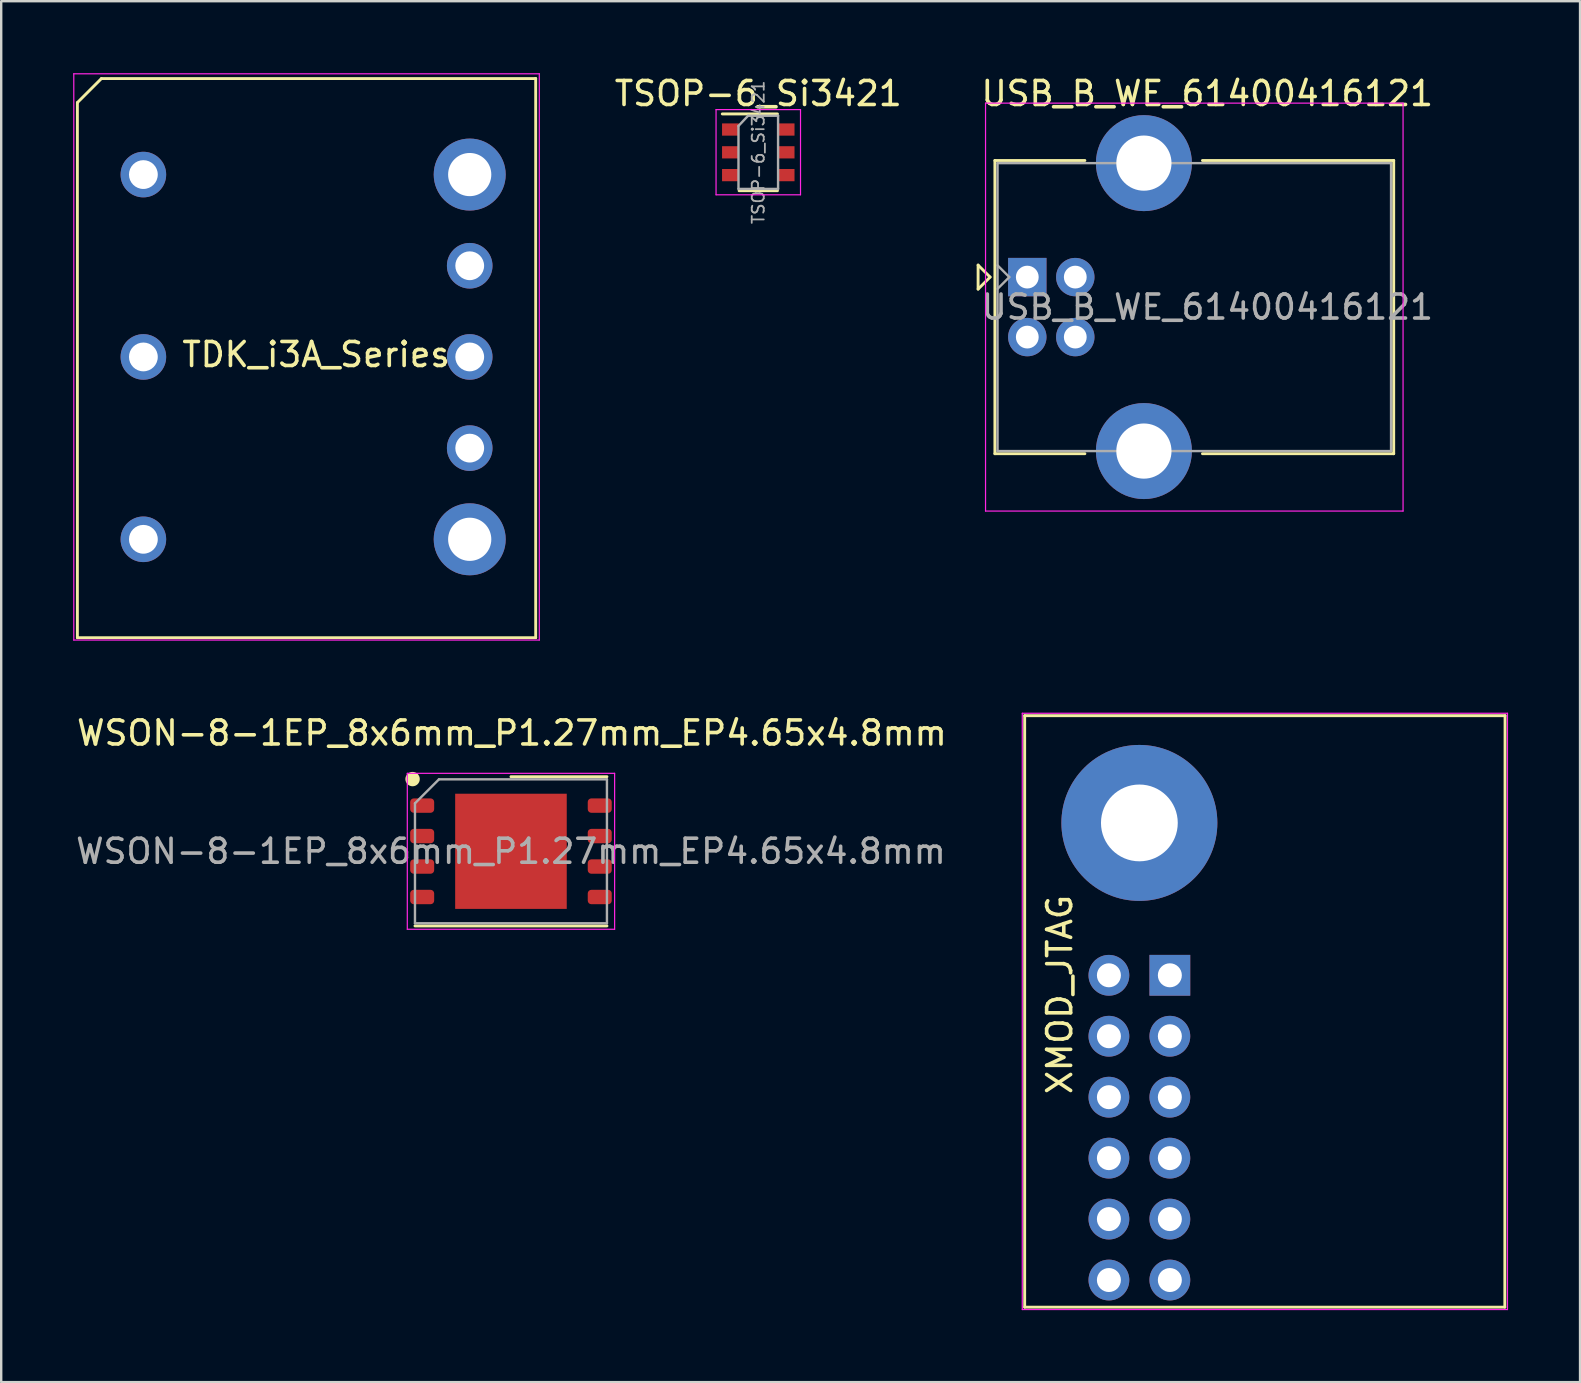
<source format=kicad_pcb>
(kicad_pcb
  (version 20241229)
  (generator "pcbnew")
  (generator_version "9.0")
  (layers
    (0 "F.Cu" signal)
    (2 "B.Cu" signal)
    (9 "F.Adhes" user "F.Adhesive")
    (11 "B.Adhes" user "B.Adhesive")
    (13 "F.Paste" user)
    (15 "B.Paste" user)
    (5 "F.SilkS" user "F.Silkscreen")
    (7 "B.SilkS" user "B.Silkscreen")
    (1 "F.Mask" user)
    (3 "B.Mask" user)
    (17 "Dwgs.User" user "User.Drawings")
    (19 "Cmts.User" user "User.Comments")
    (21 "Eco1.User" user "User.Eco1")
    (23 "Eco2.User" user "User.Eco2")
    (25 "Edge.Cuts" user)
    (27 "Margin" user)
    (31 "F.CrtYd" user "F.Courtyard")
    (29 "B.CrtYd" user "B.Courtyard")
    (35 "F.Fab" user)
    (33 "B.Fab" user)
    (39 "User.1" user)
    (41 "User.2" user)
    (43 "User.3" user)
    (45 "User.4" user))
  (footprint "XMOD_JTAG"
    (layer "F.Cu")
    (at 50.393 38.945)
    (property "Reference" "XMOD_JTAG" (at -9.28 -0.55 90) (layer "F.SilkS") (effects (font (size 1 1) (thickness 0.15))))
    (attr through_hole)
    (fp_line (start -10.74 -12.17) (end 9.28 -12.17) (stroke (width 0.12) (type solid)) (layer "F.SilkS"))
    (fp_line (start -10.74 12.48) (end -10.74 -12.17) (stroke (width 0.12) (type solid)) (layer "F.SilkS"))
    (fp_line (start 9.27 12.48) (end -10.74 12.48) (stroke (width 0.12) (type solid)) (layer "F.SilkS"))
    (fp_line (start 9.28 -12.17) (end 9.27 12.48) (stroke (width 0.12) (type solid)) (layer "F.SilkS"))
    (fp_line (start -10.84 -12.27) (end -10.84 12.58) (stroke (width 0.05) (type solid)) (layer "F.CrtYd"))
    (fp_line (start -10.84 -12.27) (end 9.38 -12.27) (stroke (width 0.05) (type solid)) (layer "F.CrtYd"))
    (fp_line (start -10.84 12.58) (end 9.38 12.58) (stroke (width 0.05) (type solid)) (layer "F.CrtYd"))
    (fp_line (start 9.38 12.58) (end 9.38 -12.27) (stroke (width 0.05) (type solid)) (layer "F.CrtYd"))
    (pad "" thru_hole circle (at -5.96 -7.7) (size 6.5 6.5) (drill 3.2) (layers "*.Cu" "*.Mask"))
    (pad "1" thru_hole rect (at -4.69 -1.35) (size 1.7 1.7) (drill 1) (layers "*.Cu" "*.Mask"))
    (pad "2" thru_hole circle (at -7.23 -1.35) (size 1.7 1.7) (drill 1) (layers "*.Cu" "*.Mask"))
    (pad "3" thru_hole circle (at -4.69 1.19) (size 1.7 1.7) (drill 1) (layers "*.Cu" "*.Mask"))
    (pad "4" thru_hole circle (at -7.23 1.19) (size 1.7 1.7) (drill 1) (layers "*.Cu" "*.Mask"))
    (pad "5" thru_hole circle (at -4.69 3.73) (size 1.7 1.7) (drill 1) (layers "*.Cu" "*.Mask"))
    (pad "6" thru_hole circle (at -7.23 3.73) (size 1.7 1.7) (drill 1) (layers "*.Cu" "*.Mask"))
    (pad "7" thru_hole circle (at -4.69 6.27) (size 1.7 1.7) (drill 1) (layers "*.Cu" "*.Mask"))
    (pad "8" thru_hole circle (at -7.23 6.27) (size 1.7 1.7) (drill 1) (layers "*.Cu" "*.Mask"))
    (pad "9" thru_hole circle (at -4.69 8.81) (size 1.7 1.7) (drill 1) (layers "*.Cu" "*.Mask"))
    (pad "10" thru_hole circle (at -7.23 8.81) (size 1.7 1.7) (drill 1) (layers "*.Cu" "*.Mask"))
    (pad "11" thru_hole circle (at -4.69 11.35) (size 1.7 1.7) (drill 1) (layers "*.Cu" "*.Mask"))
    (pad "12" thru_hole circle (at -7.23 11.35) (size 1.7 1.7) (drill 1) (layers "*.Cu" "*.Mask")))
  (footprint "TSOP-6_Si3421"
    (layer "F.Cu")
    (at 28.551 3.298)
    (property "Reference" "TSOP-6_Si3421" (at 0 -2.45 0) (layer "F.SilkS") (effects (font (size 1 1) (thickness 0.15))))
    (attr smd)
    (fp_line (start -0.8 1.6) (end 0.8 1.6) (stroke (width 0.12) (type solid)) (layer "F.SilkS"))
    (fp_line (start 0.8 -1.6) (end -1.5 -1.6) (stroke (width 0.12) (type solid)) (layer "F.SilkS"))
    (fp_line (start -1.76 -1.78) (end -1.76 1.77) (stroke (width 0.05) (type solid)) (layer "F.CrtYd"))
    (fp_line (start -1.76 -1.78) (end 1.76 -1.78) (stroke (width 0.05) (type solid)) (layer "F.CrtYd"))
    (fp_line (start 1.76 1.77) (end -1.76 1.77) (stroke (width 0.05) (type solid)) (layer "F.CrtYd"))
    (fp_line (start 1.76 1.77) (end 1.76 -1.78) (stroke (width 0.05) (type solid)) (layer "F.CrtYd"))
    (fp_line (start -0.825 -1.1) (end -0.825 1.525) (stroke (width 0.1) (type solid)) (layer "F.Fab"))
    (fp_line (start -0.825 -1.1) (end -0.425 -1.525) (stroke (width 0.1) (type solid)) (layer "F.Fab"))
    (fp_line (start 0.825 -1.525) (end -0.425 -1.525) (stroke (width 0.1) (type solid)) (layer "F.Fab"))
    (fp_line (start 0.825 -1.525) (end 0.825 1.525) (stroke (width 0.1) (type solid)) (layer "F.Fab"))
    (fp_line (start 0.825 1.525) (end -0.825 1.525) (stroke (width 0.1) (type solid)) (layer "F.Fab"))
    (fp_text user "${REFERENCE}" (at 0 0 90) (layer "F.Fab") (effects (font (size 0.5 0.5) (thickness 0.075))))
    (pad "1" smd rect (at -1.16 -0.95) (size 0.7 0.51) (layers "F.Cu" "F.Mask" "F.Paste"))
    (pad "1" smd rect (at -1.16 0) (size 0.7 0.51) (layers "F.Cu" "F.Mask" "F.Paste"))
    (pad "1" smd rect (at 1.16 -0.95) (size 0.7 0.51) (layers "F.Cu" "F.Mask" "F.Paste"))
    (pad "1" smd rect (at 1.16 0) (size 0.7 0.51) (layers "F.Cu" "F.Mask" "F.Paste"))
    (pad "3" smd rect (at -1.16 0.95) (size 0.7 0.51) (layers "F.Cu" "F.Mask" "F.Paste"))
    (pad "4" smd rect (at 1.16 0.95) (size 0.7 0.51) (layers "F.Cu" "F.Mask" "F.Paste")))
  (footprint "TDK_i3A_Series"
    (layer "F.Cu")
    (at 9.725 11.825)
    (property "Reference" "TDK_i3A_Series" (at 0.4 -0.1 0) (layer "F.SilkS") (effects (font (size 1 1) (thickness 0.15))))
    (attr through_hole)
    (fp_line (start -9.55 -10.6) (end -9.55 11.7) (stroke (width 0.12) (type solid)) (layer "F.SilkS"))
    (fp_line (start -9.55 11.7) (end 9.55 11.7) (stroke (width 0.12) (type solid)) (layer "F.SilkS"))
    (fp_line (start -8.55 -11.6) (end -9.55 -10.6) (stroke (width 0.12) (type solid)) (layer "F.SilkS"))
    (fp_line (start -8.55 -11.6) (end 9.54 -11.6) (stroke (width 0.12) (type solid)) (layer "F.SilkS"))
    (fp_line (start 9.54 -11.6) (end 9.55 -11.6) (stroke (width 0.12) (type solid)) (layer "F.SilkS"))
    (fp_line (start 9.55 11.7) (end 9.55 -11.6) (stroke (width 0.12) (type solid)) (layer "F.SilkS"))
    (fp_line (start -9.7 -11.8) (end 9.7 -11.8) (stroke (width 0.05) (type solid)) (layer "F.CrtYd"))
    (fp_line (start -9.7 11.8) (end -9.7 -11.8) (stroke (width 0.05) (type solid)) (layer "F.CrtYd"))
    (fp_line (start -9.7 11.8) (end 9.7 11.8) (stroke (width 0.05) (type solid)) (layer "F.CrtYd"))
    (fp_line (start 9.7 -11.8) (end 9.7 11.8) (stroke (width 0.05) (type solid)) (layer "F.CrtYd"))
    (pad "1" thru_hole circle (at -6.8 -7.6) (size 1.9 1.9) (drill 1.2) (layers "*.Cu" "*.Mask"))
    (pad "2" thru_hole circle (at -6.8 0) (size 1.9 1.9) (drill 1.2) (layers "*.Cu" "*.Mask"))
    (pad "3" thru_hole circle (at -6.8 7.6) (size 1.9 1.9) (drill 1.2) (layers "*.Cu" "*.Mask"))
    (pad "4" thru_hole circle (at 6.8 7.6) (size 3 3) (drill 1.8) (layers "*.Cu" "*.Mask"))
    (pad "5" thru_hole circle (at 6.8 3.8) (size 1.9 1.9) (drill 1.2) (layers "*.Cu" "*.Mask"))
    (pad "6" thru_hole circle (at 6.8 0) (size 1.9 1.9) (drill 1.2) (layers "*.Cu" "*.Mask"))
    (pad "7" thru_hole circle (at 6.8 -3.8) (size 1.9 1.9) (drill 1.2) (layers "*.Cu" "*.Mask"))
    (pad "8" thru_hole circle (at 6.8 -7.6) (size 3 3) (drill 1.8) (layers "*.Cu" "*.Mask")))
  (footprint "USB_B_WE_61400416121"
    (layer "F.Cu")
    (at 39.762 8.498)
    (property "Reference" "USB_B_WE_61400416121" (at 7.5 -7.65 0) (layer "F.SilkS") (effects (font (size 1 1) (thickness 0.15))))
    (attr through_hole)
    (fp_line (start -2.05 -0.5) (end -2.05 0.5) (stroke (width 0.12) (type solid)) (layer "F.SilkS"))
    (fp_line (start -2.05 0.5) (end -1.55 0) (stroke (width 0.12) (type solid)) (layer "F.SilkS"))
    (fp_line (start -1.55 0) (end -2.05 -0.5) (stroke (width 0.12) (type solid)) (layer "F.SilkS"))
    (fp_line (start -1.35 -4.86) (end 2.4 -4.86) (stroke (width 0.12) (type solid)) (layer "F.SilkS"))
    (fp_line (start -1.35 7.36) (end -1.35 -4.86) (stroke (width 0.12) (type solid)) (layer "F.SilkS"))
    (fp_line (start -1.35 7.36) (end 2.4 7.36) (stroke (width 0.12) (type solid)) (layer "F.SilkS"))
    (fp_line (start 15.27 -4.86) (end 7.3 -4.86) (stroke (width 0.12) (type solid)) (layer "F.SilkS"))
    (fp_line (start 15.27 7.36) (end 7.3 7.36) (stroke (width 0.12) (type solid)) (layer "F.SilkS"))
    (fp_line (start 15.27 7.36) (end 15.27 -4.86) (stroke (width 0.12) (type solid)) (layer "F.SilkS"))
    (fp_line (start -1.74 -7.25) (end -1.74 9.75) (stroke (width 0.05) (type solid)) (layer "F.CrtYd"))
    (fp_line (start -1.74 9.75) (end 15.66 9.75) (stroke (width 0.05) (type solid)) (layer "F.CrtYd"))
    (fp_line (start 15.66 -7.25) (end -1.74 -7.25) (stroke (width 0.05) (type solid)) (layer "F.CrtYd"))
    (fp_line (start 15.66 9.75) (end 15.66 -7.25) (stroke (width 0.05) (type solid)) (layer "F.CrtYd"))
    (fp_line (start -1.24 -4.75) (end 15.16 -4.75) (stroke (width 0.1) (type solid)) (layer "F.Fab"))
    (fp_line (start -1.24 0.49) (end -0.75 0) (stroke (width 0.1) (type solid)) (layer "F.Fab"))
    (fp_line (start -1.24 7.25) (end -1.24 -4.75) (stroke (width 0.1) (type solid)) (layer "F.Fab"))
    (fp_line (start -0.75 0) (end -1.24 -0.49) (stroke (width 0.1) (type solid)) (layer "F.Fab"))
    (fp_line (start 15.16 -4.75) (end 15.16 7.25) (stroke (width 0.1) (type solid)) (layer "F.Fab"))
    (fp_line (start 15.16 7.25) (end -1.24 7.25) (stroke (width 0.1) (type solid)) (layer "F.Fab"))
    (fp_text user "${REFERENCE}" (at 7.5 1.25 180) (layer "F.Fab") (effects (font (size 1 1) (thickness 0.15))))
    (pad "1" thru_hole rect (at 0 0 90) (size 1.6 1.6) (drill 0.95) (layers "*.Cu" "*.Mask"))
    (pad "2" thru_hole circle (at 0 2.5 90) (size 1.6 1.6) (drill 0.95) (layers "*.Cu" "*.Mask"))
    (pad "3" thru_hole circle (at 2 2.5 90) (size 1.6 1.6) (drill 0.95) (layers "*.Cu" "*.Mask"))
    (pad "4" thru_hole circle (at 2 0 90) (size 1.6 1.6) (drill 0.95) (layers "*.Cu" "*.Mask"))
    (pad "5" thru_hole circle (at 4.86 -4.75 90) (size 4 4) (drill 2.3) (layers "*.Cu" "*.Mask"))
    (pad "5" thru_hole circle (at 4.86 7.25 90) (size 4 4) (drill 2.3) (layers "*.Cu" "*.Mask")))
  (footprint "WSON-8-1EP_8x6mm_P1.27mm_EP4.65x4.8mm"
    (layer "F.Cu")
    (at 18.244 32.428)
    (property "Reference" "WSON-8-1EP_8x6mm_P1.27mm_EP4.65x4.8mm" (at 0.04 -4.93 0) (layer "F.SilkS") (effects (font (size 1 1) (thickness 0.15))))
    (attr smd)
    (fp_line (start -4.1 -3.01) (end -4.1 -3.01) (stroke (width 0.6) (type solid)) (layer "F.SilkS"))
    (fp_line (start -4 3.11) (end 4 3.11) (stroke (width 0.12) (type solid)) (layer "F.SilkS"))
    (fp_line (start 0 -3.11) (end 4 -3.11) (stroke (width 0.12) (type solid)) (layer "F.SilkS"))
    (fp_line (start -4.32 -3.25) (end -4.32 3.25) (stroke (width 0.05) (type solid)) (layer "F.CrtYd"))
    (fp_line (start -4.32 3.25) (end 4.32 3.25) (stroke (width 0.05) (type solid)) (layer "F.CrtYd"))
    (fp_line (start 4.32 -3.25) (end -4.32 -3.25) (stroke (width 0.05) (type solid)) (layer "F.CrtYd"))
    (fp_line (start 4.32 3.25) (end 4.32 -3.25) (stroke (width 0.05) (type solid)) (layer "F.CrtYd"))
    (fp_line (start -4 -2) (end -3 -3) (stroke (width 0.1) (type solid)) (layer "F.Fab"))
    (fp_line (start -4 3) (end -4 -2) (stroke (width 0.1) (type solid)) (layer "F.Fab"))
    (fp_line (start -3 -3) (end 4 -3) (stroke (width 0.1) (type solid)) (layer "F.Fab"))
    (fp_line (start 4 -3) (end 4 3) (stroke (width 0.1) (type solid)) (layer "F.Fab"))
    (fp_line (start 4 3) (end -4 3) (stroke (width 0.1) (type solid)) (layer "F.Fab"))
    (fp_text user "${REFERENCE}" (at 0 0 0) (layer "F.Fab") (effects (font (size 1 1) (thickness 0.15))))
    (pad "" smd roundrect (at -0.85 -1.075) (size 1.37 1.73) (layers "F.Paste") (roundrect_rratio 0.182))
    (pad "" smd roundrect (at -0.85 1.075) (size 1.37 1.73) (layers "F.Paste") (roundrect_rratio 0.182))
    (pad "" smd roundrect (at 0.85 -1.075) (size 1.37 1.73) (layers "F.Paste") (roundrect_rratio 0.182))
    (pad "" smd roundrect (at 0.85 1.075) (size 1.37 1.73) (layers "F.Paste") (roundrect_rratio 0.182))
    (pad "1" smd roundrect (at -3.7 -1.905) (size 1 0.6) (layers "F.Cu" "F.Mask" "F.Paste") (roundrect_rratio 0.25))
    (pad "2" smd roundrect (at -3.7 -0.635) (size 1 0.6) (layers "F.Cu" "F.Mask" "F.Paste") (roundrect_rratio 0.25))
    (pad "3" smd roundrect (at -3.7 0.635) (size 1 0.6) (layers "F.Cu" "F.Mask" "F.Paste") (roundrect_rratio 0.25))
    (pad "4" smd roundrect (at -3.7 1.905) (size 1 0.6) (layers "F.Cu" "F.Mask" "F.Paste") (roundrect_rratio 0.25))
    (pad "5" smd roundrect (at 3.7 1.905) (size 1 0.6) (layers "F.Cu" "F.Mask" "F.Paste") (roundrect_rratio 0.25))
    (pad "6" smd roundrect (at 3.7 0.635) (size 1 0.6) (layers "F.Cu" "F.Mask" "F.Paste") (roundrect_rratio 0.25))
    (pad "7" smd roundrect (at 3.7 -0.635) (size 1 0.6) (layers "F.Cu" "F.Mask" "F.Paste") (roundrect_rratio 0.25))
    (pad "8" smd roundrect (at 3.7 -1.905) (size 1 0.6) (layers "F.Cu" "F.Mask" "F.Paste") (roundrect_rratio 0.25))
    (pad "9" smd rect (at 0 0) (size 4.65 4.8) (layers "F.Cu" "F.Mask")))
  (gr_rect
    (start -3 -3)
    (end 62.798 54.55)
    (stroke (width 0.1) (type default))
    (fill no)
    (layer "Edge.Cuts")))
</source>
